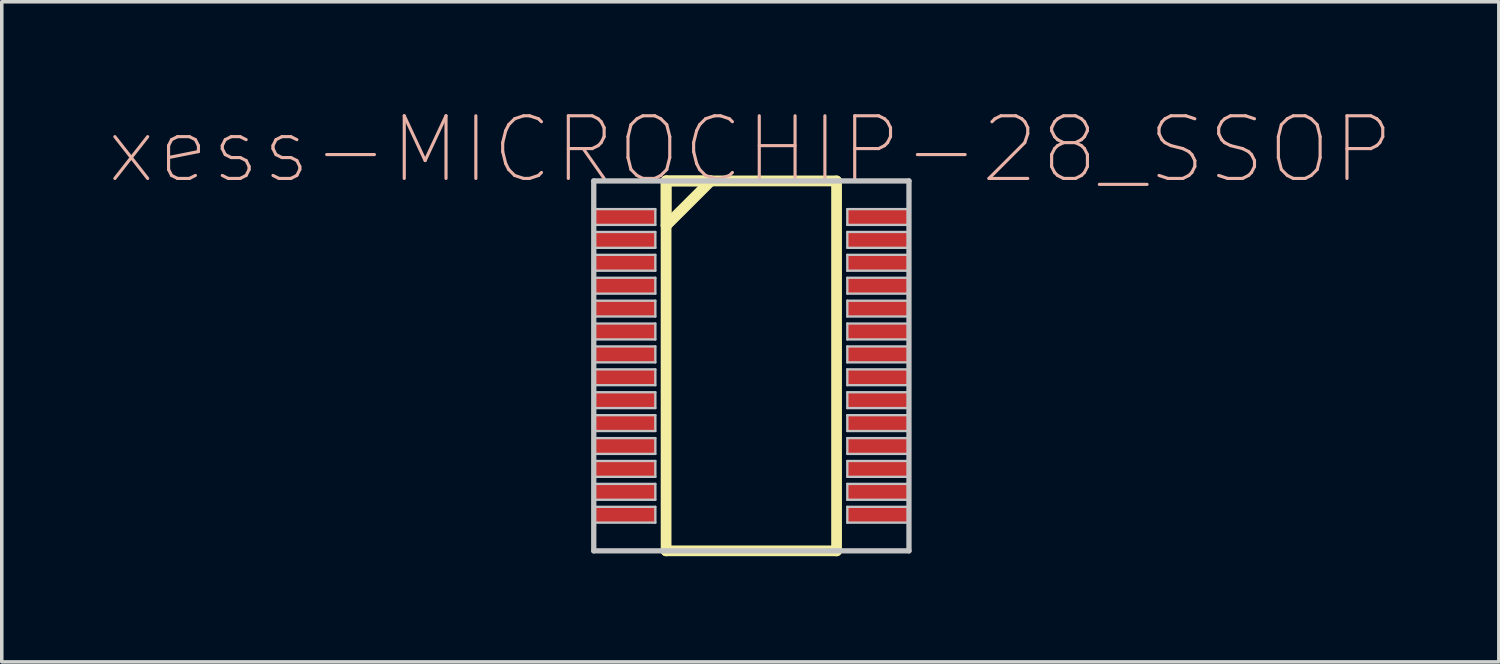
<source format=kicad_pcb>
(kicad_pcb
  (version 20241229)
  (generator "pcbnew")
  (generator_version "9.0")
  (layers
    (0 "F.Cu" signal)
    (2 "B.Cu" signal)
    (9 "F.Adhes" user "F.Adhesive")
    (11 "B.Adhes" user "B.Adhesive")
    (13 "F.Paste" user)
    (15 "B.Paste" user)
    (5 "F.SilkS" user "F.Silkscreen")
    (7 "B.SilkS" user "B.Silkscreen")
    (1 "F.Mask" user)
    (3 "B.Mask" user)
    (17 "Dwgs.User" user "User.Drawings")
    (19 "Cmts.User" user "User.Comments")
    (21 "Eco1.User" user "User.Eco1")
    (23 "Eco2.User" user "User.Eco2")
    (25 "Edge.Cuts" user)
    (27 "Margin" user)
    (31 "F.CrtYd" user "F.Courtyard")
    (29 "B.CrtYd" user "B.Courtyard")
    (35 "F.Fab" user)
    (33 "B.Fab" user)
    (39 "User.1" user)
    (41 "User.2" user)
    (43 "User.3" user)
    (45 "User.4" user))
  (footprint "xess-MICROCHIP-28_SSOP"
    (layer "F.Cu")
    (at 15.112 3.109)
    (property "Reference" "xess-MICROCHIP-28_SSOP" (at 3.132 -1.913 0) (layer "B.SilkS") (effects (font (size 1.778 1.778) (thickness 0.089))))
    (attr smd)
    (fp_line (start 0.742 -1.024) (end 0.742 0.244) (stroke (width 0.305) (type solid)) (layer "F.SilkS"))
    (fp_line (start 0.742 -1.024) (end 0.742 9.474) (stroke (width 0.305) (type solid)) (layer "F.SilkS"))
    (fp_line (start 0.742 0.244) (end 2.012 -1.024) (stroke (width 0.305) (type solid)) (layer "F.SilkS"))
    (fp_line (start 0.742 9.474) (end 5.58 9.474) (stroke (width 0.305) (type solid)) (layer "F.SilkS"))
    (fp_line (start 2.012 -1.024) (end 0.742 -1.024) (stroke (width 0.305) (type solid)) (layer "F.SilkS"))
    (fp_line (start 5.58 -1.024) (end 0.742 -1.024) (stroke (width 0.305) (type solid)) (layer "F.SilkS"))
    (fp_line (start 5.58 9.474) (end 5.58 -1.024) (stroke (width 0.305) (type solid)) (layer "F.SilkS"))
    (fp_line (start -1.311 -1.024) (end -1.311 9.474) (stroke (width 0.15) (type solid)) (layer "Dwgs.User"))
    (fp_line (start -1.311 -0.224) (end 0.437 -0.224) (stroke (width 0.066) (type solid)) (layer "Dwgs.User"))
    (fp_line (start -1.311 0.224) (end -1.311 -0.224) (stroke (width 0.066) (type solid)) (layer "Dwgs.User"))
    (fp_line (start -1.311 0.224) (end 0.437 0.224) (stroke (width 0.066) (type solid)) (layer "Dwgs.User"))
    (fp_line (start -1.311 0.424) (end 0.437 0.424) (stroke (width 0.066) (type solid)) (layer "Dwgs.User"))
    (fp_line (start -1.311 0.874) (end -1.311 0.424) (stroke (width 0.066) (type solid)) (layer "Dwgs.User"))
    (fp_line (start -1.311 0.874) (end 0.437 0.874) (stroke (width 0.066) (type solid)) (layer "Dwgs.User"))
    (fp_line (start -1.311 1.074) (end 0.437 1.074) (stroke (width 0.066) (type solid)) (layer "Dwgs.User"))
    (fp_line (start -1.311 1.524) (end -1.311 1.074) (stroke (width 0.066) (type solid)) (layer "Dwgs.User"))
    (fp_line (start -1.311 1.524) (end 0.437 1.524) (stroke (width 0.066) (type solid)) (layer "Dwgs.User"))
    (fp_line (start -1.311 1.725) (end 0.437 1.725) (stroke (width 0.066) (type solid)) (layer "Dwgs.User"))
    (fp_line (start -1.311 2.174) (end -1.311 1.725) (stroke (width 0.066) (type solid)) (layer "Dwgs.User"))
    (fp_line (start -1.311 2.174) (end 0.437 2.174) (stroke (width 0.066) (type solid)) (layer "Dwgs.User"))
    (fp_line (start -1.311 2.375) (end 0.437 2.375) (stroke (width 0.066) (type solid)) (layer "Dwgs.User"))
    (fp_line (start -1.311 2.824) (end -1.311 2.375) (stroke (width 0.066) (type solid)) (layer "Dwgs.User"))
    (fp_line (start -1.311 2.824) (end 0.437 2.824) (stroke (width 0.066) (type solid)) (layer "Dwgs.User"))
    (fp_line (start -1.311 3.023) (end 0.437 3.023) (stroke (width 0.066) (type solid)) (layer "Dwgs.User"))
    (fp_line (start -1.311 3.475) (end -1.311 3.023) (stroke (width 0.066) (type solid)) (layer "Dwgs.User"))
    (fp_line (start -1.311 3.475) (end 0.437 3.475) (stroke (width 0.066) (type solid)) (layer "Dwgs.User"))
    (fp_line (start -1.311 3.673) (end 0.437 3.673) (stroke (width 0.066) (type solid)) (layer "Dwgs.User"))
    (fp_line (start -1.311 4.125) (end -1.311 3.673) (stroke (width 0.066) (type solid)) (layer "Dwgs.User"))
    (fp_line (start -1.311 4.125) (end 0.437 4.125) (stroke (width 0.066) (type solid)) (layer "Dwgs.User"))
    (fp_line (start -1.311 4.323) (end 0.437 4.323) (stroke (width 0.066) (type solid)) (layer "Dwgs.User"))
    (fp_line (start -1.311 4.773) (end -1.311 4.323) (stroke (width 0.066) (type solid)) (layer "Dwgs.User"))
    (fp_line (start -1.311 4.773) (end 0.437 4.773) (stroke (width 0.066) (type solid)) (layer "Dwgs.User"))
    (fp_line (start -1.311 4.973) (end 0.437 4.973) (stroke (width 0.066) (type solid)) (layer "Dwgs.User"))
    (fp_line (start -1.311 5.423) (end -1.311 4.973) (stroke (width 0.066) (type solid)) (layer "Dwgs.User"))
    (fp_line (start -1.311 5.423) (end 0.437 5.423) (stroke (width 0.066) (type solid)) (layer "Dwgs.User"))
    (fp_line (start -1.311 5.624) (end 0.437 5.624) (stroke (width 0.066) (type solid)) (layer "Dwgs.User"))
    (fp_line (start -1.311 6.073) (end -1.311 5.624) (stroke (width 0.066) (type solid)) (layer "Dwgs.User"))
    (fp_line (start -1.311 6.073) (end 0.437 6.073) (stroke (width 0.066) (type solid)) (layer "Dwgs.User"))
    (fp_line (start -1.311 6.274) (end 0.437 6.274) (stroke (width 0.066) (type solid)) (layer "Dwgs.User"))
    (fp_line (start -1.311 6.723) (end -1.311 6.274) (stroke (width 0.066) (type solid)) (layer "Dwgs.User"))
    (fp_line (start -1.311 6.723) (end 0.437 6.723) (stroke (width 0.066) (type solid)) (layer "Dwgs.User"))
    (fp_line (start -1.311 6.924) (end 0.437 6.924) (stroke (width 0.066) (type solid)) (layer "Dwgs.User"))
    (fp_line (start -1.311 7.374) (end -1.311 6.924) (stroke (width 0.066) (type solid)) (layer "Dwgs.User"))
    (fp_line (start -1.311 7.374) (end 0.437 7.374) (stroke (width 0.066) (type solid)) (layer "Dwgs.User"))
    (fp_line (start -1.311 7.574) (end 0.437 7.574) (stroke (width 0.066) (type solid)) (layer "Dwgs.User"))
    (fp_line (start -1.311 8.024) (end -1.311 7.574) (stroke (width 0.066) (type solid)) (layer "Dwgs.User"))
    (fp_line (start -1.311 8.024) (end 0.437 8.024) (stroke (width 0.066) (type solid)) (layer "Dwgs.User"))
    (fp_line (start -1.311 8.225) (end 0.437 8.225) (stroke (width 0.066) (type solid)) (layer "Dwgs.User"))
    (fp_line (start -1.311 8.674) (end -1.311 8.225) (stroke (width 0.066) (type solid)) (layer "Dwgs.User"))
    (fp_line (start -1.311 8.674) (end 0.437 8.674) (stroke (width 0.066) (type solid)) (layer "Dwgs.User"))
    (fp_line (start -1.311 9.474) (end 7.635 9.474) (stroke (width 0.15) (type solid)) (layer "Dwgs.User"))
    (fp_line (start 0.437 0.224) (end 0.437 -0.224) (stroke (width 0.066) (type solid)) (layer "Dwgs.User"))
    (fp_line (start 0.437 0.874) (end 0.437 0.424) (stroke (width 0.066) (type solid)) (layer "Dwgs.User"))
    (fp_line (start 0.437 1.524) (end 0.437 1.074) (stroke (width 0.066) (type solid)) (layer "Dwgs.User"))
    (fp_line (start 0.437 2.174) (end 0.437 1.725) (stroke (width 0.066) (type solid)) (layer "Dwgs.User"))
    (fp_line (start 0.437 2.824) (end 0.437 2.375) (stroke (width 0.066) (type solid)) (layer "Dwgs.User"))
    (fp_line (start 0.437 3.475) (end 0.437 3.023) (stroke (width 0.066) (type solid)) (layer "Dwgs.User"))
    (fp_line (start 0.437 4.125) (end 0.437 3.673) (stroke (width 0.066) (type solid)) (layer "Dwgs.User"))
    (fp_line (start 0.437 4.773) (end 0.437 4.323) (stroke (width 0.066) (type solid)) (layer "Dwgs.User"))
    (fp_line (start 0.437 5.423) (end 0.437 4.973) (stroke (width 0.066) (type solid)) (layer "Dwgs.User"))
    (fp_line (start 0.437 6.073) (end 0.437 5.624) (stroke (width 0.066) (type solid)) (layer "Dwgs.User"))
    (fp_line (start 0.437 6.723) (end 0.437 6.274) (stroke (width 0.066) (type solid)) (layer "Dwgs.User"))
    (fp_line (start 0.437 7.374) (end 0.437 6.924) (stroke (width 0.066) (type solid)) (layer "Dwgs.User"))
    (fp_line (start 0.437 8.024) (end 0.437 7.574) (stroke (width 0.066) (type solid)) (layer "Dwgs.User"))
    (fp_line (start 0.437 8.674) (end 0.437 8.225) (stroke (width 0.066) (type solid)) (layer "Dwgs.User"))
    (fp_line (start 5.885 -0.224) (end 7.635 -0.224) (stroke (width 0.066) (type solid)) (layer "Dwgs.User"))
    (fp_line (start 5.885 0.224) (end 5.885 -0.224) (stroke (width 0.066) (type solid)) (layer "Dwgs.User"))
    (fp_line (start 5.885 0.224) (end 7.635 0.224) (stroke (width 0.066) (type solid)) (layer "Dwgs.User"))
    (fp_line (start 5.885 0.424) (end 7.635 0.424) (stroke (width 0.066) (type solid)) (layer "Dwgs.User"))
    (fp_line (start 5.885 0.874) (end 5.885 0.424) (stroke (width 0.066) (type solid)) (layer "Dwgs.User"))
    (fp_line (start 5.885 0.874) (end 7.635 0.874) (stroke (width 0.066) (type solid)) (layer "Dwgs.User"))
    (fp_line (start 5.885 1.074) (end 7.635 1.074) (stroke (width 0.066) (type solid)) (layer "Dwgs.User"))
    (fp_line (start 5.885 1.524) (end 5.885 1.074) (stroke (width 0.066) (type solid)) (layer "Dwgs.User"))
    (fp_line (start 5.885 1.524) (end 7.635 1.524) (stroke (width 0.066) (type solid)) (layer "Dwgs.User"))
    (fp_line (start 5.885 1.725) (end 7.635 1.725) (stroke (width 0.066) (type solid)) (layer "Dwgs.User"))
    (fp_line (start 5.885 2.174) (end 5.885 1.725) (stroke (width 0.066) (type solid)) (layer "Dwgs.User"))
    (fp_line (start 5.885 2.174) (end 7.635 2.174) (stroke (width 0.066) (type solid)) (layer "Dwgs.User"))
    (fp_line (start 5.885 2.375) (end 7.635 2.375) (stroke (width 0.066) (type solid)) (layer "Dwgs.User"))
    (fp_line (start 5.885 2.824) (end 5.885 2.375) (stroke (width 0.066) (type solid)) (layer "Dwgs.User"))
    (fp_line (start 5.885 2.824) (end 7.635 2.824) (stroke (width 0.066) (type solid)) (layer "Dwgs.User"))
    (fp_line (start 5.885 3.023) (end 7.635 3.023) (stroke (width 0.066) (type solid)) (layer "Dwgs.User"))
    (fp_line (start 5.885 3.475) (end 5.885 3.023) (stroke (width 0.066) (type solid)) (layer "Dwgs.User"))
    (fp_line (start 5.885 3.475) (end 7.635 3.475) (stroke (width 0.066) (type solid)) (layer "Dwgs.User"))
    (fp_line (start 5.885 3.673) (end 7.635 3.673) (stroke (width 0.066) (type solid)) (layer "Dwgs.User"))
    (fp_line (start 5.885 4.125) (end 5.885 3.673) (stroke (width 0.066) (type solid)) (layer "Dwgs.User"))
    (fp_line (start 5.885 4.125) (end 7.635 4.125) (stroke (width 0.066) (type solid)) (layer "Dwgs.User"))
    (fp_line (start 5.885 4.323) (end 7.635 4.323) (stroke (width 0.066) (type solid)) (layer "Dwgs.User"))
    (fp_line (start 5.885 4.773) (end 5.885 4.323) (stroke (width 0.066) (type solid)) (layer "Dwgs.User"))
    (fp_line (start 5.885 4.773) (end 7.635 4.773) (stroke (width 0.066) (type solid)) (layer "Dwgs.User"))
    (fp_line (start 5.885 4.973) (end 7.635 4.973) (stroke (width 0.066) (type solid)) (layer "Dwgs.User"))
    (fp_line (start 5.885 5.423) (end 5.885 4.973) (stroke (width 0.066) (type solid)) (layer "Dwgs.User"))
    (fp_line (start 5.885 5.423) (end 7.635 5.423) (stroke (width 0.066) (type solid)) (layer "Dwgs.User"))
    (fp_line (start 5.885 5.624) (end 7.635 5.624) (stroke (width 0.066) (type solid)) (layer "Dwgs.User"))
    (fp_line (start 5.885 6.073) (end 5.885 5.624) (stroke (width 0.066) (type solid)) (layer "Dwgs.User"))
    (fp_line (start 5.885 6.073) (end 7.635 6.073) (stroke (width 0.066) (type solid)) (layer "Dwgs.User"))
    (fp_line (start 5.885 6.274) (end 7.635 6.274) (stroke (width 0.066) (type solid)) (layer "Dwgs.User"))
    (fp_line (start 5.885 6.723) (end 5.885 6.274) (stroke (width 0.066) (type solid)) (layer "Dwgs.User"))
    (fp_line (start 5.885 6.723) (end 7.635 6.723) (stroke (width 0.066) (type solid)) (layer "Dwgs.User"))
    (fp_line (start 5.885 6.924) (end 7.635 6.924) (stroke (width 0.066) (type solid)) (layer "Dwgs.User"))
    (fp_line (start 5.885 7.374) (end 5.885 6.924) (stroke (width 0.066) (type solid)) (layer "Dwgs.User"))
    (fp_line (start 5.885 7.374) (end 7.635 7.374) (stroke (width 0.066) (type solid)) (layer "Dwgs.User"))
    (fp_line (start 5.885 7.574) (end 7.635 7.574) (stroke (width 0.066) (type solid)) (layer "Dwgs.User"))
    (fp_line (start 5.885 8.024) (end 5.885 7.574) (stroke (width 0.066) (type solid)) (layer "Dwgs.User"))
    (fp_line (start 5.885 8.024) (end 7.635 8.024) (stroke (width 0.066) (type solid)) (layer "Dwgs.User"))
    (fp_line (start 5.885 8.225) (end 7.635 8.225) (stroke (width 0.066) (type solid)) (layer "Dwgs.User"))
    (fp_line (start 5.885 8.674) (end 5.885 8.225) (stroke (width 0.066) (type solid)) (layer "Dwgs.User"))
    (fp_line (start 5.885 8.674) (end 7.635 8.674) (stroke (width 0.066) (type solid)) (layer "Dwgs.User"))
    (fp_line (start 7.635 -1.024) (end -1.311 -1.024) (stroke (width 0.15) (type solid)) (layer "Dwgs.User"))
    (fp_line (start 7.635 0.224) (end 7.635 -0.224) (stroke (width 0.066) (type solid)) (layer "Dwgs.User"))
    (fp_line (start 7.635 0.874) (end 7.635 0.424) (stroke (width 0.066) (type solid)) (layer "Dwgs.User"))
    (fp_line (start 7.635 1.524) (end 7.635 1.074) (stroke (width 0.066) (type solid)) (layer "Dwgs.User"))
    (fp_line (start 7.635 2.174) (end 7.635 1.725) (stroke (width 0.066) (type solid)) (layer "Dwgs.User"))
    (fp_line (start 7.635 2.824) (end 7.635 2.375) (stroke (width 0.066) (type solid)) (layer "Dwgs.User"))
    (fp_line (start 7.635 3.475) (end 7.635 3.023) (stroke (width 0.066) (type solid)) (layer "Dwgs.User"))
    (fp_line (start 7.635 4.125) (end 7.635 3.673) (stroke (width 0.066) (type solid)) (layer "Dwgs.User"))
    (fp_line (start 7.635 4.773) (end 7.635 4.323) (stroke (width 0.066) (type solid)) (layer "Dwgs.User"))
    (fp_line (start 7.635 5.423) (end 7.635 4.973) (stroke (width 0.066) (type solid)) (layer "Dwgs.User"))
    (fp_line (start 7.635 6.073) (end 7.635 5.624) (stroke (width 0.066) (type solid)) (layer "Dwgs.User"))
    (fp_line (start 7.635 6.723) (end 7.635 6.274) (stroke (width 0.066) (type solid)) (layer "Dwgs.User"))
    (fp_line (start 7.635 7.374) (end 7.635 6.924) (stroke (width 0.066) (type solid)) (layer "Dwgs.User"))
    (fp_line (start 7.635 8.024) (end 7.635 7.574) (stroke (width 0.066) (type solid)) (layer "Dwgs.User"))
    (fp_line (start 7.635 8.674) (end 7.635 8.225) (stroke (width 0.066) (type solid)) (layer "Dwgs.User"))
    (fp_line (start 7.635 9.474) (end 7.635 -1.024) (stroke (width 0.15) (type solid)) (layer "Dwgs.User"))
    (pad "1" smd rect (at -0.437 0) (size 1.748 0.45) (layers "F.Cu" "F.Mask" "F.Paste"))
    (pad "2" smd rect (at -0.437 0.648) (size 1.748 0.45) (layers "F.Cu" "F.Mask" "F.Paste"))
    (pad "3" smd rect (at -0.437 1.298) (size 1.748 0.45) (layers "F.Cu" "F.Mask" "F.Paste"))
    (pad "4" smd rect (at -0.437 1.948) (size 1.748 0.45) (layers "F.Cu" "F.Mask" "F.Paste"))
    (pad "5" smd rect (at -0.437 2.598) (size 1.748 0.45) (layers "F.Cu" "F.Mask" "F.Paste"))
    (pad "6" smd rect (at -0.437 3.249) (size 1.748 0.45) (layers "F.Cu" "F.Mask" "F.Paste"))
    (pad "7" smd rect (at -0.437 3.899) (size 1.748 0.45) (layers "F.Cu" "F.Mask" "F.Paste"))
    (pad "8" smd rect (at -0.437 4.549) (size 1.748 0.45) (layers "F.Cu" "F.Mask" "F.Paste"))
    (pad "9" smd rect (at -0.437 5.199) (size 1.748 0.45) (layers "F.Cu" "F.Mask" "F.Paste"))
    (pad "10" smd rect (at -0.437 5.85) (size 1.748 0.45) (layers "F.Cu" "F.Mask" "F.Paste"))
    (pad "11" smd rect (at -0.437 6.5) (size 1.748 0.45) (layers "F.Cu" "F.Mask" "F.Paste"))
    (pad "12" smd rect (at -0.437 7.148) (size 1.748 0.45) (layers "F.Cu" "F.Mask" "F.Paste"))
    (pad "13" smd rect (at -0.437 7.798) (size 1.748 0.45) (layers "F.Cu" "F.Mask" "F.Paste"))
    (pad "14" smd rect (at -0.437 8.448) (size 1.748 0.45) (layers "F.Cu" "F.Mask" "F.Paste"))
    (pad "15" smd rect (at 6.761 8.448) (size 1.748 0.45) (layers "F.Cu" "F.Mask" "F.Paste"))
    (pad "16" smd rect (at 6.761 7.798) (size 1.748 0.45) (layers "F.Cu" "F.Mask" "F.Paste"))
    (pad "17" smd rect (at 6.761 7.148) (size 1.748 0.45) (layers "F.Cu" "F.Mask" "F.Paste"))
    (pad "18" smd rect (at 6.761 6.5) (size 1.748 0.45) (layers "F.Cu" "F.Mask" "F.Paste"))
    (pad "19" smd rect (at 6.761 5.85) (size 1.748 0.45) (layers "F.Cu" "F.Mask" "F.Paste"))
    (pad "20" smd rect (at 6.761 5.199) (size 1.748 0.45) (layers "F.Cu" "F.Mask" "F.Paste"))
    (pad "21" smd rect (at 6.761 4.549) (size 1.748 0.45) (layers "F.Cu" "F.Mask" "F.Paste"))
    (pad "22" smd rect (at 6.761 3.899) (size 1.748 0.45) (layers "F.Cu" "F.Mask" "F.Paste"))
    (pad "23" smd rect (at 6.761 3.249) (size 1.748 0.45) (layers "F.Cu" "F.Mask" "F.Paste"))
    (pad "24" smd rect (at 6.761 2.598) (size 1.748 0.45) (layers "F.Cu" "F.Mask" "F.Paste"))
    (pad "25" smd rect (at 6.761 1.948) (size 1.748 0.45) (layers "F.Cu" "F.Mask" "F.Paste"))
    (pad "26" smd rect (at 6.761 1.298) (size 1.748 0.45) (layers "F.Cu" "F.Mask" "F.Paste"))
    (pad "27" smd rect (at 6.761 0.648) (size 1.748 0.45) (layers "F.Cu" "F.Mask" "F.Paste"))
    (pad "28" smd rect (at 6.761 0) (size 1.748 0.45) (layers "F.Cu" "F.Mask" "F.Paste")))
  (gr_rect
    (start -3 -3)
    (end 39.487 15.735)
    (stroke (width 0.1) (type default))
    (fill no)
    (layer "Edge.Cuts")))
</source>
